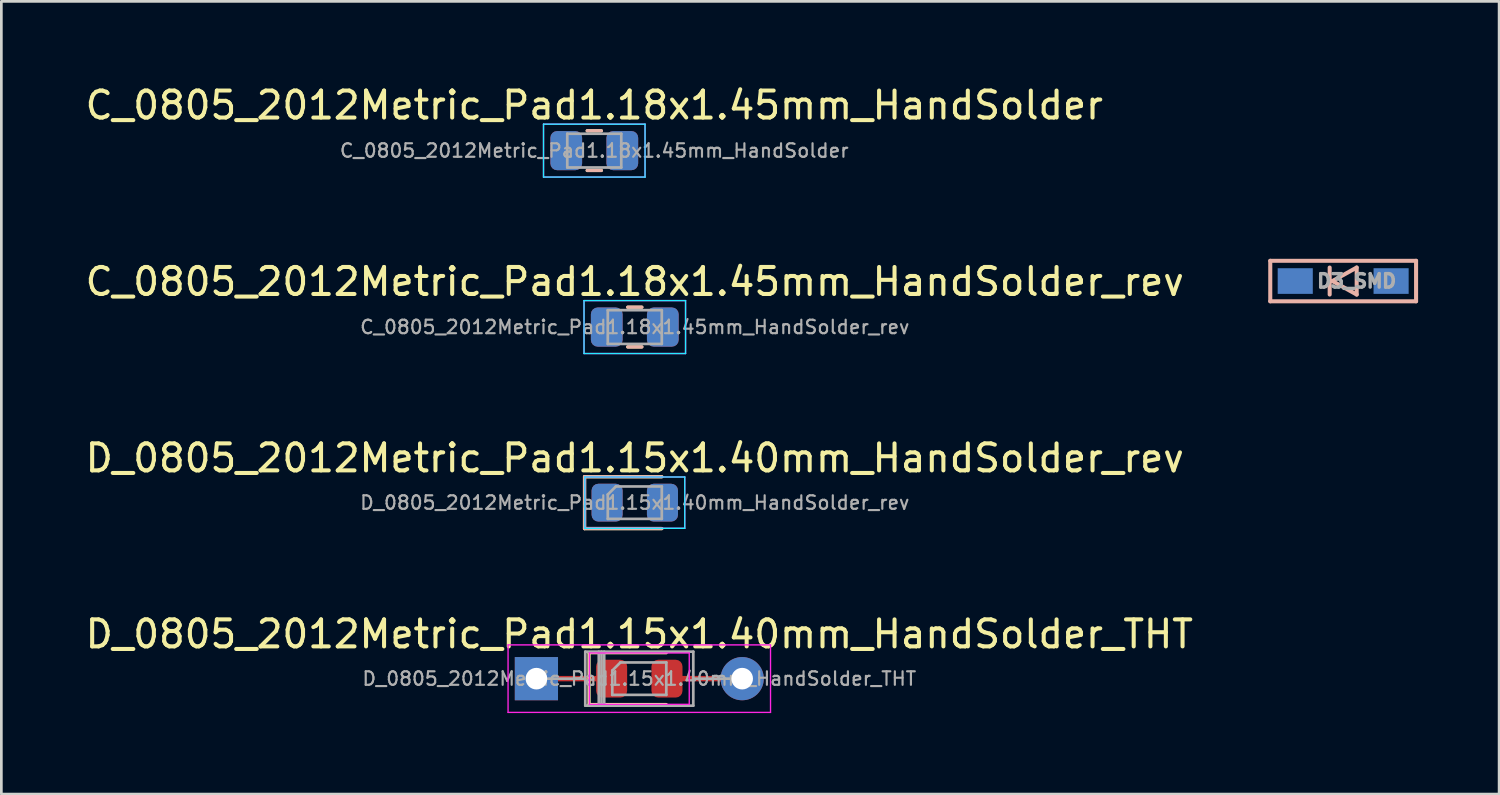
<source format=kicad_pcb>
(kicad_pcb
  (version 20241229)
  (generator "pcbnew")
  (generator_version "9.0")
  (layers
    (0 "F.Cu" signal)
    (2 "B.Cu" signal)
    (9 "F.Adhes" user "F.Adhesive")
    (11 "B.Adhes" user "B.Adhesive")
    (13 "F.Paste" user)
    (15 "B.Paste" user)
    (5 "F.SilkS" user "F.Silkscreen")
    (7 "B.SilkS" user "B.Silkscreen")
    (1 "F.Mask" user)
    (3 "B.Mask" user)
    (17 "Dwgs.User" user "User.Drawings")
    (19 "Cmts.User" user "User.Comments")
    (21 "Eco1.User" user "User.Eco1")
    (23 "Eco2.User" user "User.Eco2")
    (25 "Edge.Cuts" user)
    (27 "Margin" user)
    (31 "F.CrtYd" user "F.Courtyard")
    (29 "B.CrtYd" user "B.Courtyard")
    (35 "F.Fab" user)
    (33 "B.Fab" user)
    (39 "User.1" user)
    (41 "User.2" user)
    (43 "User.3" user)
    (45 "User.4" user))
  (footprint "C_0805_2012Metric_Pad1.18x1.45mm_HandSolder"
    (layer "F.Cu")
    (at 18.958 2.528)
    (property "Reference" "C_0805_2012Metric_Pad1.18x1.45mm_HandSolder" (at 0 -1.68 0) (layer "F.SilkS") (effects (font (size 1 1) (thickness 0.15))))
    (attr smd)
    (fp_line (start -0.261 -0.735) (end 0.261 -0.735) (stroke (width 0.12) (type solid)) (layer "F.SilkS"))
    (fp_line (start -0.261 0.735) (end 0.261 0.735) (stroke (width 0.12) (type solid)) (layer "F.SilkS"))
    (fp_line (start 0.261 -0.735) (end -0.261 -0.735) (stroke (width 0.12) (type solid)) (layer "B.SilkS"))
    (fp_line (start 0.261 0.735) (end -0.261 0.735) (stroke (width 0.12) (type solid)) (layer "B.SilkS"))
    (fp_line (start -1.88 -0.98) (end -1.88 0.98) (stroke (width 0.05) (type solid)) (layer "B.CrtYd"))
    (fp_line (start -1.88 0.98) (end 1.88 0.98) (stroke (width 0.05) (type solid)) (layer "B.CrtYd"))
    (fp_line (start 1.88 -0.98) (end -1.88 -0.98) (stroke (width 0.05) (type solid)) (layer "B.CrtYd"))
    (fp_line (start 1.88 0.98) (end 1.88 -0.98) (stroke (width 0.05) (type solid)) (layer "B.CrtYd"))
    (fp_line (start -1.88 -0.98) (end 1.88 -0.98) (stroke (width 0.05) (type solid)) (layer "F.CrtYd"))
    (fp_line (start -1.88 0.98) (end -1.88 -0.98) (stroke (width 0.05) (type solid)) (layer "F.CrtYd"))
    (fp_line (start 1.88 -0.98) (end 1.88 0.98) (stroke (width 0.05) (type solid)) (layer "F.CrtYd"))
    (fp_line (start 1.88 0.98) (end -1.88 0.98) (stroke (width 0.05) (type solid)) (layer "F.CrtYd"))
    (fp_line (start -1 -0.625) (end 1 -0.625) (stroke (width 0.1) (type solid)) (layer "F.Fab"))
    (fp_line (start -1 0.625) (end -1 -0.625) (stroke (width 0.1) (type solid)) (layer "F.Fab"))
    (fp_line (start 1 -0.625) (end 1 0.625) (stroke (width 0.1) (type solid)) (layer "F.Fab"))
    (fp_line (start 1 0.625) (end -1 0.625) (stroke (width 0.1) (type solid)) (layer "F.Fab"))
    (fp_text user "${REFERENCE}" (at 0 0 0) (layer "F.Fab") (effects (font (size 0.5 0.5) (thickness 0.08))))
    (pad "1" smd roundrect (at -1.038 0) (size 1.175 1.45) (layers "F.Cu" "F.Mask" "F.Paste") (roundrect_rratio 0.213))
    (pad "1" smd roundrect (at -1.038 0) (size 1.175 1.45) (layers "B.Cu" "B.Mask" "B.Paste") (roundrect_rratio 0.213))
    (pad "2" smd roundrect (at 1.038 0) (size 1.175 1.45) (layers "F.Cu" "F.Mask" "F.Paste") (roundrect_rratio 0.213))
    (pad "2" smd roundrect (at 1.038 0) (size 1.175 1.45) (layers "B.Cu" "B.Mask" "B.Paste") (roundrect_rratio 0.213)))
  (footprint "C_0805_2012Metric_Pad1.18x1.45mm_HandSolder_rev"
    (layer "F.Cu")
    (at 20.458 9.062)
    (property "Reference" "C_0805_2012Metric_Pad1.18x1.45mm_HandSolder_rev" (at 0 -1.68 0) (layer "F.SilkS") (effects (font (size 1 1) (thickness 0.15))))
    (attr smd)
    (fp_line (start -0.261 -0.735) (end 0.261 -0.735) (stroke (width 0.12) (type solid)) (layer "F.SilkS"))
    (fp_line (start -0.261 0.735) (end 0.261 0.735) (stroke (width 0.12) (type solid)) (layer "F.SilkS"))
    (fp_line (start 0.261 -0.735) (end -0.261 -0.735) (stroke (width 0.12) (type solid)) (layer "B.SilkS"))
    (fp_line (start 0.261 0.735) (end -0.261 0.735) (stroke (width 0.12) (type solid)) (layer "B.SilkS"))
    (fp_line (start -1.88 -0.98) (end -1.88 0.98) (stroke (width 0.05) (type solid)) (layer "B.CrtYd"))
    (fp_line (start -1.88 0.98) (end 1.88 0.98) (stroke (width 0.05) (type solid)) (layer "B.CrtYd"))
    (fp_line (start 1.88 -0.98) (end -1.88 -0.98) (stroke (width 0.05) (type solid)) (layer "B.CrtYd"))
    (fp_line (start 1.88 0.98) (end 1.88 -0.98) (stroke (width 0.05) (type solid)) (layer "B.CrtYd"))
    (fp_line (start -1.88 -0.98) (end 1.88 -0.98) (stroke (width 0.05) (type solid)) (layer "F.CrtYd"))
    (fp_line (start -1.88 0.98) (end -1.88 -0.98) (stroke (width 0.05) (type solid)) (layer "F.CrtYd"))
    (fp_line (start 1.88 -0.98) (end 1.88 0.98) (stroke (width 0.05) (type solid)) (layer "F.CrtYd"))
    (fp_line (start 1.88 0.98) (end -1.88 0.98) (stroke (width 0.05) (type solid)) (layer "F.CrtYd"))
    (fp_line (start -1 -0.625) (end 1 -0.625) (stroke (width 0.1) (type solid)) (layer "F.Fab"))
    (fp_line (start -1 0.625) (end -1 -0.625) (stroke (width 0.1) (type solid)) (layer "F.Fab"))
    (fp_line (start 1 -0.625) (end 1 0.625) (stroke (width 0.1) (type solid)) (layer "F.Fab"))
    (fp_line (start 1 0.625) (end -1 0.625) (stroke (width 0.1) (type solid)) (layer "F.Fab"))
    (fp_text user "${REFERENCE}" (at 0 0 0) (layer "F.Fab") (effects (font (size 0.5 0.5) (thickness 0.08))))
    (pad "1" smd roundrect (at -1.038 0) (size 1.175 1.45) (layers "F.Cu" "F.Mask" "F.Paste") (roundrect_rratio 0.213))
    (pad "1" smd roundrect (at -1.038 0) (size 1.175 1.45) (layers "B.Cu" "B.Mask" "B.Paste") (roundrect_rratio 0.213))
    (pad "2" smd roundrect (at 1.038 0) (size 1.175 1.45) (layers "F.Cu" "F.Mask" "F.Paste") (roundrect_rratio 0.213))
    (pad "2" smd roundrect (at 1.038 0) (size 1.175 1.45) (layers "B.Cu" "B.Mask" "B.Paste") (roundrect_rratio 0.213)))
  (footprint "D3_SMD"
    (layer "F.Cu")
    (at 46.692 7.358)
    (property "Reference" "D3_SMD" (at 0.5 0 0) (layer "F.Fab") (effects (font (size 0.5 0.5) (thickness 0.125))))
    (attr through_hole)
    (fp_line (start -2.7 -0.75) (end -2.7 0.75) (stroke (width 0.15) (type solid)) (layer "B.SilkS"))
    (fp_line (start -2.7 0.75) (end 2.7 0.75) (stroke (width 0.15) (type solid)) (layer "B.SilkS"))
    (fp_line (start -0.5 -0.5) (end -0.5 0.5) (stroke (width 0.15) (type solid)) (layer "B.SilkS"))
    (fp_line (start -0.4 0) (end 0.5 -0.5) (stroke (width 0.15) (type solid)) (layer "B.SilkS"))
    (fp_line (start 0.5 -0.5) (end 0.5 0.5) (stroke (width 0.15) (type solid)) (layer "B.SilkS"))
    (fp_line (start 0.5 0.5) (end -0.4 0) (stroke (width 0.15) (type solid)) (layer "B.SilkS"))
    (fp_line (start 2.7 -0.75) (end -2.7 -0.75) (stroke (width 0.15) (type solid)) (layer "B.SilkS"))
    (fp_line (start 2.7 0.75) (end 2.7 -0.75) (stroke (width 0.15) (type solid)) (layer "B.SilkS"))
    (pad "1" smd rect (at -1.775 0) (size 1.3 0.95) (layers "B.Cu" "B.Mask" "B.Paste"))
    (pad "2" smd rect (at 1.775 0) (size 1.3 0.95) (layers "B.Cu" "B.Mask" "B.Paste")))
  (footprint "D_0805_2012Metric_Pad1.15x1.40mm_HandSolder_rev"
    (layer "F.Cu")
    (at 20.458 15.565)
    (property "Reference" "D_0805_2012Metric_Pad1.15x1.40mm_HandSolder_rev" (at 0 -1.65 0) (layer "F.SilkS") (effects (font (size 1 1) (thickness 0.15))))
    (attr smd)
    (fp_line (start -1.86 -0.96) (end -1.86 0.96) (stroke (width 0.12) (type solid)) (layer "F.SilkS"))
    (fp_line (start -1.86 0.96) (end 1 0.96) (stroke (width 0.12) (type solid)) (layer "F.SilkS"))
    (fp_line (start 1 -0.96) (end -1.86 -0.96) (stroke (width 0.12) (type solid)) (layer "F.SilkS"))
    (fp_line (start -1.86 -0.96) (end 1 -0.96) (stroke (width 0.12) (type solid)) (layer "B.SilkS"))
    (fp_line (start -1.86 0.96) (end -1.86 -0.96) (stroke (width 0.12) (type solid)) (layer "B.SilkS"))
    (fp_line (start 1 0.96) (end -1.86 0.96) (stroke (width 0.12) (type solid)) (layer "B.SilkS"))
    (fp_line (start -1.85 -0.95) (end -1.85 0.95) (stroke (width 0.05) (type solid)) (layer "B.CrtYd"))
    (fp_line (start -1.85 0.95) (end 1.85 0.95) (stroke (width 0.05) (type solid)) (layer "B.CrtYd"))
    (fp_line (start 1.85 -0.95) (end -1.85 -0.95) (stroke (width 0.05) (type solid)) (layer "B.CrtYd"))
    (fp_line (start 1.85 0.95) (end 1.85 -0.95) (stroke (width 0.05) (type solid)) (layer "B.CrtYd"))
    (fp_line (start -1.85 -0.95) (end 1.85 -0.95) (stroke (width 0.05) (type solid)) (layer "F.CrtYd"))
    (fp_line (start -1.85 0.95) (end -1.85 -0.95) (stroke (width 0.05) (type solid)) (layer "F.CrtYd"))
    (fp_line (start 1.85 -0.95) (end 1.85 0.95) (stroke (width 0.05) (type solid)) (layer "F.CrtYd"))
    (fp_line (start 1.85 0.95) (end -1.85 0.95) (stroke (width 0.05) (type solid)) (layer "F.CrtYd"))
    (fp_line (start -1 -0.3) (end -1 0.6) (stroke (width 0.1) (type solid)) (layer "F.Fab"))
    (fp_line (start -1 0.6) (end 1 0.6) (stroke (width 0.1) (type solid)) (layer "F.Fab"))
    (fp_line (start -0.7 -0.6) (end -1 -0.3) (stroke (width 0.1) (type solid)) (layer "F.Fab"))
    (fp_line (start 1 -0.6) (end -0.7 -0.6) (stroke (width 0.1) (type solid)) (layer "F.Fab"))
    (fp_line (start 1 0.6) (end 1 -0.6) (stroke (width 0.1) (type solid)) (layer "F.Fab"))
    (fp_text user "${REFERENCE}" (at 0 0 0) (layer "F.Fab") (effects (font (size 0.5 0.5) (thickness 0.08))))
    (pad "1" smd roundrect (at -1.025 0) (size 1.15 1.4) (layers "F.Cu" "F.Mask" "F.Paste") (roundrect_rratio 0.217))
    (pad "1" smd roundrect (at -1.025 0) (size 1.15 1.4) (layers "B.Cu" "B.Mask" "B.Paste") (roundrect_rratio 0.217))
    (pad "2" smd roundrect (at 1.025 0) (size 1.15 1.4) (layers "F.Cu" "F.Mask" "F.Paste") (roundrect_rratio 0.217))
    (pad "2" smd roundrect (at 1.025 0) (size 1.15 1.4) (layers "B.Cu" "B.Mask" "B.Paste") (roundrect_rratio 0.217)))
  (footprint "D_0805_2012Metric_Pad1.15x1.40mm_HandSolder_THT"
    (layer "F.Cu")
    (at 20.625 22.083)
    (property "Reference" "D_0805_2012Metric_Pad1.15x1.40mm_HandSolder_THT" (at 0 -1.65 0) (layer "F.SilkS") (effects (font (size 1 1) (thickness 0.15))))
    (attr smd)
    (fp_line (start -1.025 0) (end -3.81 0) (stroke (width 0.2) (type default)) (layer "F.Cu"))
    (fp_line (start 1.025 0) (end 3.81 0) (stroke (width 0.2) (type solid)) (layer "F.Cu"))
    (fp_line (start -1.86 -0.96) (end -1.86 0.96) (stroke (width 0.12) (type solid)) (layer "F.SilkS"))
    (fp_line (start -1.86 0.96) (end 1 0.96) (stroke (width 0.12) (type solid)) (layer "F.SilkS"))
    (fp_line (start 1 -0.96) (end -1.86 -0.96) (stroke (width 0.12) (type solid)) (layer "F.SilkS"))
    (fp_line (start -4.86 -1.25) (end -4.86 1.25) (stroke (width 0.05) (type solid)) (layer "F.CrtYd"))
    (fp_line (start -4.86 1.25) (end 4.86 1.25) (stroke (width 0.05) (type solid)) (layer "F.CrtYd"))
    (fp_line (start -1.85 -0.95) (end 1.85 -0.95) (stroke (width 0.05) (type solid)) (layer "F.CrtYd"))
    (fp_line (start -1.85 0.95) (end -1.85 -0.95) (stroke (width 0.05) (type solid)) (layer "F.CrtYd"))
    (fp_line (start 1.85 -0.95) (end 1.85 0.95) (stroke (width 0.05) (type solid)) (layer "F.CrtYd"))
    (fp_line (start 1.85 0.95) (end -1.85 0.95) (stroke (width 0.05) (type solid)) (layer "F.CrtYd"))
    (fp_line (start 4.86 -1.25) (end -4.86 -1.25) (stroke (width 0.05) (type solid)) (layer "F.CrtYd"))
    (fp_line (start 4.86 1.25) (end 4.86 -1.25) (stroke (width 0.05) (type solid)) (layer "F.CrtYd"))
    (fp_line (start -3.81 0) (end -2 0) (stroke (width 0.1) (type solid)) (layer "F.Fab"))
    (fp_line (start -2 -1) (end -2 1) (stroke (width 0.1) (type solid)) (layer "F.Fab"))
    (fp_line (start -2 1) (end 2 1) (stroke (width 0.1) (type solid)) (layer "F.Fab"))
    (fp_line (start -1.5 -1) (end -1.5 1) (stroke (width 0.1) (type solid)) (layer "F.Fab"))
    (fp_line (start -1.4 -1) (end -1.4 1) (stroke (width 0.1) (type solid)) (layer "F.Fab"))
    (fp_line (start -1.3 -1) (end -1.3 1) (stroke (width 0.1) (type solid)) (layer "F.Fab"))
    (fp_line (start -1 -0.3) (end -1 0.6) (stroke (width 0.1) (type solid)) (layer "F.Fab"))
    (fp_line (start -1 0.6) (end 1 0.6) (stroke (width 0.1) (type solid)) (layer "F.Fab"))
    (fp_line (start -0.7 -0.6) (end -1 -0.3) (stroke (width 0.1) (type solid)) (layer "F.Fab"))
    (fp_line (start 1 -0.6) (end -0.7 -0.6) (stroke (width 0.1) (type solid)) (layer "F.Fab"))
    (fp_line (start 1 0.6) (end 1 -0.6) (stroke (width 0.1) (type solid)) (layer "F.Fab"))
    (fp_line (start 2 -1) (end -2 -1) (stroke (width 0.1) (type solid)) (layer "F.Fab"))
    (fp_line (start 2 1) (end 2 -1) (stroke (width 0.1) (type solid)) (layer "F.Fab"))
    (fp_line (start 3.81 0) (end 2 0) (stroke (width 0.1) (type solid)) (layer "F.Fab"))
    (fp_text user "${REFERENCE}" (at 0 0 0) (layer "F.Fab") (effects (font (size 0.5 0.5) (thickness 0.08))))
    (pad "1" thru_hole rect (at -3.81 0) (size 1.6 1.6) (drill 0.8) (layers "*.Cu" "*.Mask"))
    (pad "1" smd roundrect (at -1.025 0) (size 1.15 1.4) (layers "F.Cu" "F.Mask" "F.Paste") (roundrect_rratio 0.217))
    (pad "2" smd roundrect (at 1.025 0) (size 1.15 1.4) (layers "F.Cu" "F.Mask" "F.Paste") (roundrect_rratio 0.217))
    (pad "2" thru_hole oval (at 3.81 0) (size 1.6 1.6) (drill 0.8) (layers "*.Cu" "*.Mask")))
  (gr_rect
    (start -3 -3)
    (end 52.467 26.358)
    (stroke (width 0.1) (type default))
    (fill no)
    (layer "Edge.Cuts")))
</source>
